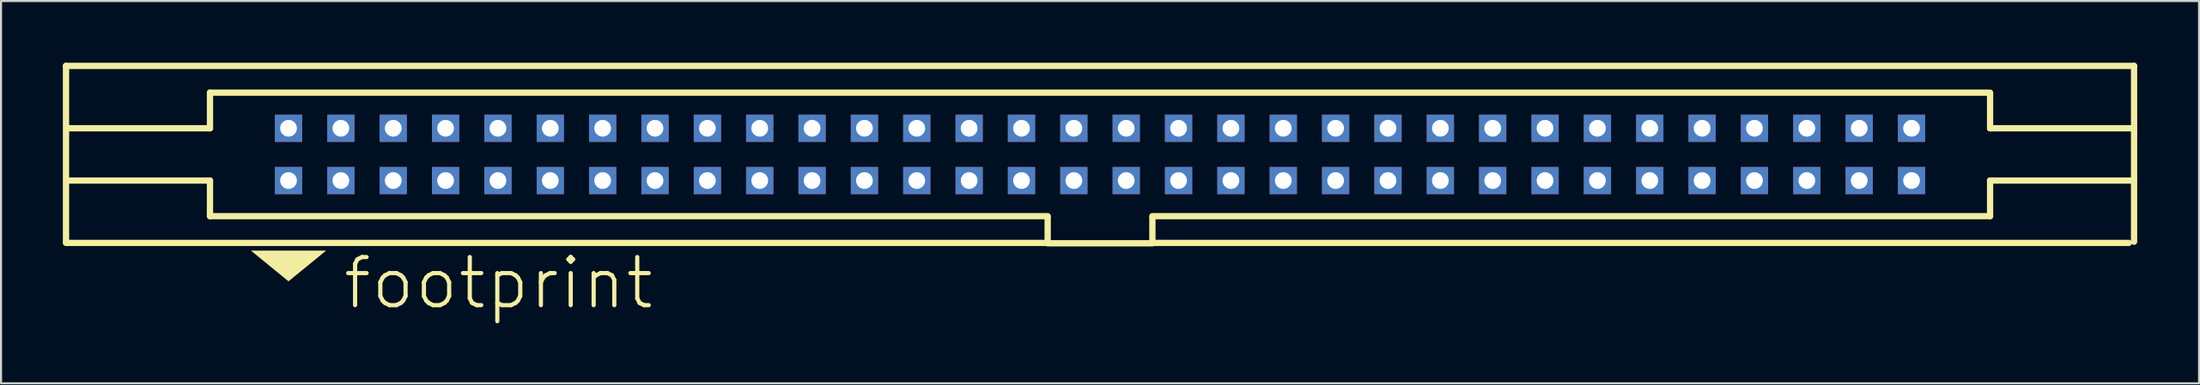
<source format=kicad_pcb>
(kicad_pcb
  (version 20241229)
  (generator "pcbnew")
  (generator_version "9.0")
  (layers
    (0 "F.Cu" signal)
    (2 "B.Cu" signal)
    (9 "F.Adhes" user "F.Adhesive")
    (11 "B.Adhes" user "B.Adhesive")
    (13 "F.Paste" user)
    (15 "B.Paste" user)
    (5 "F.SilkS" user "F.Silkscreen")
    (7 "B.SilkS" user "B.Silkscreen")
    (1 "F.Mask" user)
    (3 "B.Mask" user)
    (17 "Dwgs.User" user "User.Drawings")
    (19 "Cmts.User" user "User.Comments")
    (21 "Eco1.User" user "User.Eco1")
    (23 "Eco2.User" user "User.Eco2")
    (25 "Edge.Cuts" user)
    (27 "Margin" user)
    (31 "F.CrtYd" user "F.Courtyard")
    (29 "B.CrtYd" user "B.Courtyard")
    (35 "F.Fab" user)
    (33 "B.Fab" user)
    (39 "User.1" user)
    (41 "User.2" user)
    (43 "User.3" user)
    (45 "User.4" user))
  (footprint "footprint"
    (layer "F.Cu")
    (at 50.317 4.452)
    (property "Reference" "footprint" (at -36.83 7.62 0) (layer "F.SilkS") (effects (font (size 2.337 2.337) (thickness 0.203)) (justify left bottom)))
    (fp_line (start -50.165 -4.3) (end -50.165 4.242) (stroke (width 0.305) (type solid)) (layer "F.SilkS"))
    (fp_line (start -50.165 4.3) (end -2.54 4.3) (stroke (width 0.305) (type solid)) (layer "F.SilkS"))
    (fp_line (start -43.18 -1.27) (end -50.038 -1.27) (stroke (width 0.305) (type solid)) (layer "F.SilkS"))
    (fp_line (start -43.18 -1.27) (end -43.18 -3) (stroke (width 0.305) (type solid)) (layer "F.SilkS"))
    (fp_line (start -43.18 1.27) (end -50.038 1.27) (stroke (width 0.305) (type solid)) (layer "F.SilkS"))
    (fp_line (start -43.18 3) (end -43.18 1.27) (stroke (width 0.305) (type solid)) (layer "F.SilkS"))
    (fp_line (start -2.54 3) (end -43.18 3) (stroke (width 0.305) (type solid)) (layer "F.SilkS"))
    (fp_line (start -2.54 4.3) (end -2.54 3.048) (stroke (width 0.305) (type solid)) (layer "F.SilkS"))
    (fp_line (start -2.54 4.318) (end 2.54 4.318) (stroke (width 0.305) (type solid)) (layer "F.SilkS"))
    (fp_line (start 2.54 3.048) (end 2.54 4.3) (stroke (width 0.305) (type solid)) (layer "F.SilkS"))
    (fp_line (start 2.54 4.3) (end 49.911 4.3) (stroke (width 0.305) (type solid)) (layer "F.SilkS"))
    (fp_line (start 43.053 -3) (end -43.18 -3) (stroke (width 0.305) (type solid)) (layer "F.SilkS"))
    (fp_line (start 43.18 -1.27) (end 43.18 -3) (stroke (width 0.305) (type solid)) (layer "F.SilkS"))
    (fp_line (start 43.18 -1.27) (end 50.038 -1.27) (stroke (width 0.305) (type solid)) (layer "F.SilkS"))
    (fp_line (start 43.18 1.27) (end 50.038 1.27) (stroke (width 0.305) (type solid)) (layer "F.SilkS"))
    (fp_line (start 43.18 3) (end 2.54 3) (stroke (width 0.305) (type solid)) (layer "F.SilkS"))
    (fp_line (start 43.18 3) (end 43.18 1.27) (stroke (width 0.305) (type solid)) (layer "F.SilkS"))
    (fp_line (start 50.165 -4.3) (end -50.165 -4.3) (stroke (width 0.305) (type solid)) (layer "F.SilkS"))
    (fp_line (start 50.165 4.242) (end 50.165 -4.3) (stroke (width 0.305) (type solid)) (layer "F.SilkS"))
    (fp_poly (pts (xy -39.37 6.166) (xy -41.194 4.674) (xy -37.546 4.674)) (stroke (width 0) (type solid)) (fill yes) (layer "F.SilkS"))
    (pad "1" thru_hole rect (at -39.37 1.27) (size 1.321 1.321) (drill 0.813) (layers "*.Cu" "*.Mask"))
    (pad "2" thru_hole rect (at -39.37 -1.27) (size 1.321 1.321) (drill 0.813) (layers "*.Cu" "*.Mask"))
    (pad "3" thru_hole rect (at -36.83 1.27) (size 1.321 1.321) (drill 0.813) (layers "*.Cu" "*.Mask"))
    (pad "4" thru_hole rect (at -36.83 -1.27) (size 1.321 1.321) (drill 0.813) (layers "*.Cu" "*.Mask"))
    (pad "5" thru_hole rect (at -34.29 1.27) (size 1.321 1.321) (drill 0.813) (layers "*.Cu" "*.Mask"))
    (pad "6" thru_hole rect (at -34.29 -1.27) (size 1.321 1.321) (drill 0.813) (layers "*.Cu" "*.Mask"))
    (pad "7" thru_hole rect (at -31.75 1.27) (size 1.321 1.321) (drill 0.813) (layers "*.Cu" "*.Mask"))
    (pad "8" thru_hole rect (at -31.75 -1.27) (size 1.321 1.321) (drill 0.813) (layers "*.Cu" "*.Mask"))
    (pad "9" thru_hole rect (at -29.21 1.27) (size 1.321 1.321) (drill 0.813) (layers "*.Cu" "*.Mask"))
    (pad "10" thru_hole rect (at -29.21 -1.27) (size 1.321 1.321) (drill 0.813) (layers "*.Cu" "*.Mask"))
    (pad "11" thru_hole rect (at -26.67 1.27) (size 1.321 1.321) (drill 0.813) (layers "*.Cu" "*.Mask"))
    (pad "12" thru_hole rect (at -26.67 -1.27) (size 1.321 1.321) (drill 0.813) (layers "*.Cu" "*.Mask"))
    (pad "13" thru_hole rect (at -24.13 1.27) (size 1.321 1.321) (drill 0.813) (layers "*.Cu" "*.Mask"))
    (pad "14" thru_hole rect (at -24.13 -1.27) (size 1.321 1.321) (drill 0.813) (layers "*.Cu" "*.Mask"))
    (pad "15" thru_hole rect (at -21.59 1.27) (size 1.321 1.321) (drill 0.813) (layers "*.Cu" "*.Mask"))
    (pad "16" thru_hole rect (at -21.59 -1.27) (size 1.321 1.321) (drill 0.813) (layers "*.Cu" "*.Mask"))
    (pad "17" thru_hole rect (at -19.05 1.27) (size 1.321 1.321) (drill 0.813) (layers "*.Cu" "*.Mask"))
    (pad "18" thru_hole rect (at -19.05 -1.27) (size 1.321 1.321) (drill 0.813) (layers "*.Cu" "*.Mask"))
    (pad "19" thru_hole rect (at -16.51 1.27) (size 1.321 1.321) (drill 0.813) (layers "*.Cu" "*.Mask"))
    (pad "20" thru_hole rect (at -16.51 -1.27) (size 1.321 1.321) (drill 0.813) (layers "*.Cu" "*.Mask"))
    (pad "21" thru_hole rect (at -13.97 1.27) (size 1.321 1.321) (drill 0.813) (layers "*.Cu" "*.Mask"))
    (pad "22" thru_hole rect (at -13.97 -1.27) (size 1.321 1.321) (drill 0.813) (layers "*.Cu" "*.Mask"))
    (pad "23" thru_hole rect (at -11.43 1.27) (size 1.321 1.321) (drill 0.813) (layers "*.Cu" "*.Mask"))
    (pad "24" thru_hole rect (at -11.43 -1.27) (size 1.321 1.321) (drill 0.813) (layers "*.Cu" "*.Mask"))
    (pad "25" thru_hole rect (at -8.89 1.27) (size 1.321 1.321) (drill 0.813) (layers "*.Cu" "*.Mask"))
    (pad "26" thru_hole rect (at -8.89 -1.27) (size 1.321 1.321) (drill 0.813) (layers "*.Cu" "*.Mask"))
    (pad "27" thru_hole rect (at -6.35 1.27) (size 1.321 1.321) (drill 0.813) (layers "*.Cu" "*.Mask"))
    (pad "28" thru_hole rect (at -6.35 -1.27) (size 1.321 1.321) (drill 0.813) (layers "*.Cu" "*.Mask"))
    (pad "29" thru_hole rect (at -3.81 1.27) (size 1.321 1.321) (drill 0.813) (layers "*.Cu" "*.Mask"))
    (pad "30" thru_hole rect (at -3.81 -1.27) (size 1.321 1.321) (drill 0.813) (layers "*.Cu" "*.Mask"))
    (pad "31" thru_hole rect (at -1.27 1.27) (size 1.321 1.321) (drill 0.813) (layers "*.Cu" "*.Mask"))
    (pad "32" thru_hole rect (at -1.27 -1.27) (size 1.321 1.321) (drill 0.813) (layers "*.Cu" "*.Mask"))
    (pad "33" thru_hole rect (at 1.27 1.27) (size 1.321 1.321) (drill 0.813) (layers "*.Cu" "*.Mask"))
    (pad "34" thru_hole rect (at 1.27 -1.27) (size 1.321 1.321) (drill 0.813) (layers "*.Cu" "*.Mask"))
    (pad "35" thru_hole rect (at 3.81 1.27) (size 1.321 1.321) (drill 0.813) (layers "*.Cu" "*.Mask"))
    (pad "36" thru_hole rect (at 3.81 -1.27) (size 1.321 1.321) (drill 0.813) (layers "*.Cu" "*.Mask"))
    (pad "37" thru_hole rect (at 6.35 1.27) (size 1.321 1.321) (drill 0.813) (layers "*.Cu" "*.Mask"))
    (pad "38" thru_hole rect (at 6.35 -1.27) (size 1.321 1.321) (drill 0.813) (layers "*.Cu" "*.Mask"))
    (pad "39" thru_hole rect (at 8.89 1.27) (size 1.321 1.321) (drill 0.813) (layers "*.Cu" "*.Mask"))
    (pad "40" thru_hole rect (at 8.89 -1.27) (size 1.321 1.321) (drill 0.813) (layers "*.Cu" "*.Mask"))
    (pad "41" thru_hole rect (at 11.43 1.27) (size 1.321 1.321) (drill 0.813) (layers "*.Cu" "*.Mask"))
    (pad "42" thru_hole rect (at 11.43 -1.27) (size 1.321 1.321) (drill 0.813) (layers "*.Cu" "*.Mask"))
    (pad "43" thru_hole rect (at 13.97 1.27) (size 1.321 1.321) (drill 0.813) (layers "*.Cu" "*.Mask"))
    (pad "44" thru_hole rect (at 13.97 -1.27) (size 1.321 1.321) (drill 0.813) (layers "*.Cu" "*.Mask"))
    (pad "45" thru_hole rect (at 16.51 1.27) (size 1.321 1.321) (drill 0.813) (layers "*.Cu" "*.Mask"))
    (pad "46" thru_hole rect (at 16.51 -1.27) (size 1.321 1.321) (drill 0.813) (layers "*.Cu" "*.Mask"))
    (pad "47" thru_hole rect (at 19.05 1.27) (size 1.321 1.321) (drill 0.813) (layers "*.Cu" "*.Mask"))
    (pad "48" thru_hole rect (at 19.05 -1.27) (size 1.321 1.321) (drill 0.813) (layers "*.Cu" "*.Mask"))
    (pad "49" thru_hole rect (at 21.59 1.27) (size 1.321 1.321) (drill 0.813) (layers "*.Cu" "*.Mask"))
    (pad "50" thru_hole rect (at 21.59 -1.27) (size 1.321 1.321) (drill 0.813) (layers "*.Cu" "*.Mask"))
    (pad "51" thru_hole rect (at 24.13 1.27) (size 1.321 1.321) (drill 0.813) (layers "*.Cu" "*.Mask"))
    (pad "52" thru_hole rect (at 24.13 -1.27) (size 1.321 1.321) (drill 0.813) (layers "*.Cu" "*.Mask"))
    (pad "53" thru_hole rect (at 26.67 1.27) (size 1.321 1.321) (drill 0.813) (layers "*.Cu" "*.Mask"))
    (pad "54" thru_hole rect (at 26.67 -1.27) (size 1.321 1.321) (drill 0.813) (layers "*.Cu" "*.Mask"))
    (pad "55" thru_hole rect (at 29.21 1.27) (size 1.321 1.321) (drill 0.813) (layers "*.Cu" "*.Mask"))
    (pad "56" thru_hole rect (at 29.21 -1.27) (size 1.321 1.321) (drill 0.813) (layers "*.Cu" "*.Mask"))
    (pad "57" thru_hole rect (at 31.75 1.27) (size 1.321 1.321) (drill 0.813) (layers "*.Cu" "*.Mask"))
    (pad "58" thru_hole rect (at 31.75 -1.27) (size 1.321 1.321) (drill 0.813) (layers "*.Cu" "*.Mask"))
    (pad "59" thru_hole rect (at 34.29 1.27) (size 1.321 1.321) (drill 0.813) (layers "*.Cu" "*.Mask"))
    (pad "60" thru_hole rect (at 34.29 -1.27) (size 1.321 1.321) (drill 0.813) (layers "*.Cu" "*.Mask"))
    (pad "61" thru_hole rect (at 36.83 1.27) (size 1.321 1.321) (drill 0.813) (layers "*.Cu" "*.Mask"))
    (pad "62" thru_hole rect (at 36.83 -1.27) (size 1.321 1.321) (drill 0.813) (layers "*.Cu" "*.Mask"))
    (pad "63" thru_hole rect (at 39.37 1.27) (size 1.321 1.321) (drill 0.813) (layers "*.Cu" "*.Mask"))
    (pad "64" thru_hole rect (at 39.37 -1.27) (size 1.321 1.321) (drill 0.813) (layers "*.Cu" "*.Mask")))
  (gr_rect
    (start -3 -3)
    (end 103.635 15.573)
    (stroke (width 0.1) (type default))
    (fill no)
    (layer "Edge.Cuts")))
</source>
